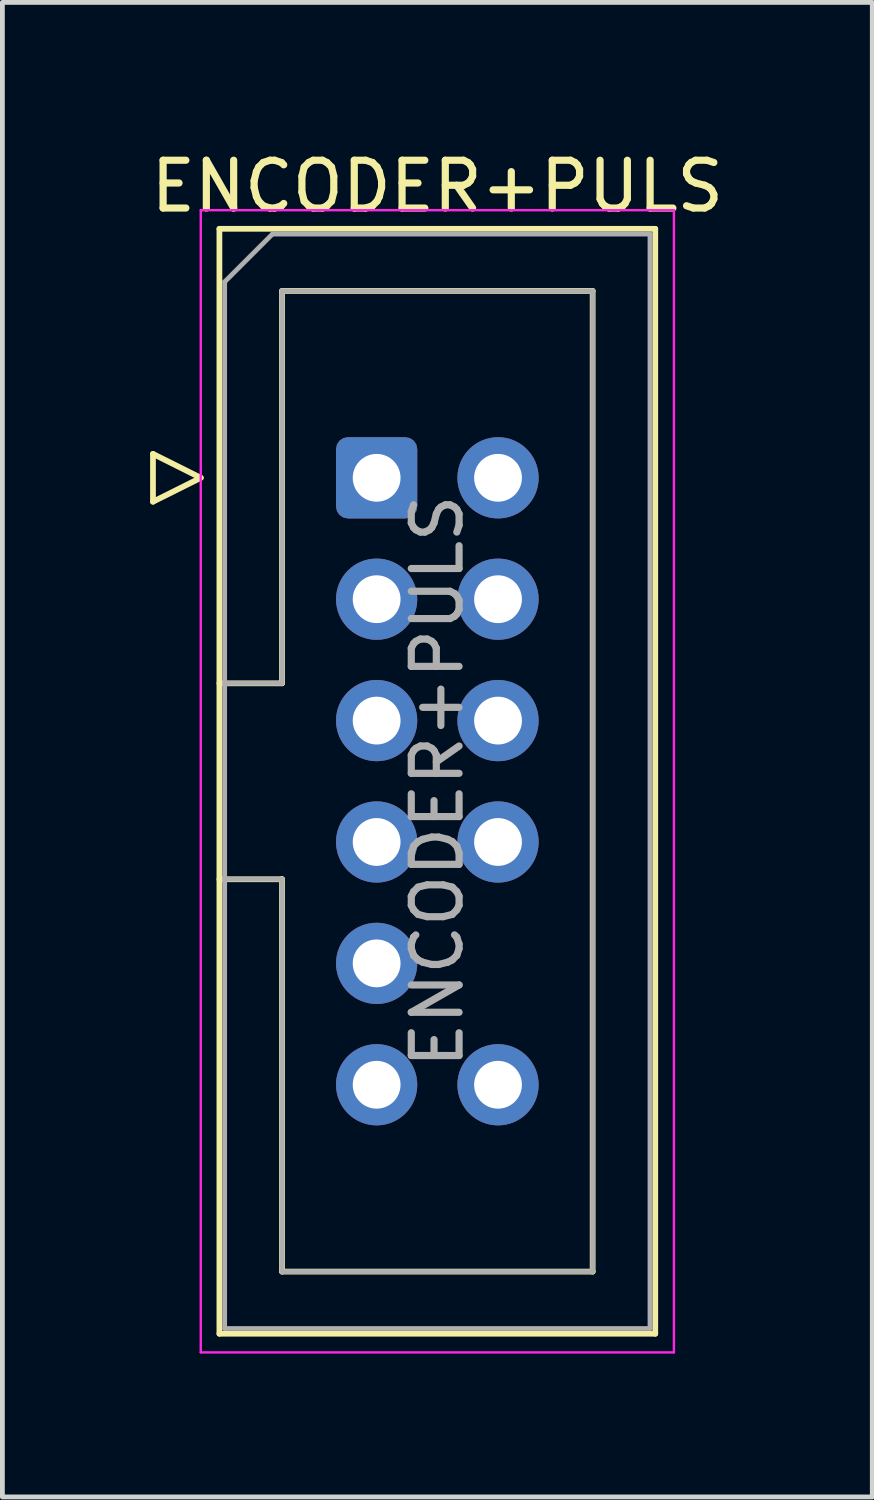
<source format=kicad_pcb>
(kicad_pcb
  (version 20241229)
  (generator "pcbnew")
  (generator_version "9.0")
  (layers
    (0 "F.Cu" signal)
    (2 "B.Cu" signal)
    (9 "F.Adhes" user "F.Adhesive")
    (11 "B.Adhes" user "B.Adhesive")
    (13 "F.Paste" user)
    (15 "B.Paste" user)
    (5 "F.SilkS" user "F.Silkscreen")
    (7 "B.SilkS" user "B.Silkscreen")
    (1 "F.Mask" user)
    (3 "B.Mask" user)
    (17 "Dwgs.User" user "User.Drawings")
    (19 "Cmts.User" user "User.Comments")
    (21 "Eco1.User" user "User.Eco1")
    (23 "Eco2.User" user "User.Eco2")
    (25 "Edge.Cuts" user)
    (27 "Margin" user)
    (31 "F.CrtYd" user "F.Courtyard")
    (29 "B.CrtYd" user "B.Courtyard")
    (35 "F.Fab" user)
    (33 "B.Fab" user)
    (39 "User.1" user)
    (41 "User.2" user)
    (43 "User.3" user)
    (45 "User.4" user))
  (footprint "ENCODER+PULS"
    (layer "F.Cu")
    (at 4.831 6.948)
    (property "Reference" "ENCODER+PULS" (at 1.27 -6.1 0) (layer "F.SilkS") (effects (font (size 1 1) (thickness 0.15))))
    (attr through_hole)
    (fp_line (start -4.68 -0.5) (end -4.68 0.5) (stroke (width 0.12) (type solid)) (layer "F.SilkS"))
    (fp_line (start -4.68 0.5) (end -3.68 0) (stroke (width 0.12) (type solid)) (layer "F.SilkS"))
    (fp_line (start -3.68 0) (end -4.68 -0.5) (stroke (width 0.12) (type solid)) (layer "F.SilkS"))
    (fp_line (start -3.29 -5.21) (end 5.83 -5.21) (stroke (width 0.12) (type solid)) (layer "F.SilkS"))
    (fp_line (start -3.29 4.3) (end -1.98 4.3) (stroke (width 0.12) (type solid)) (layer "F.SilkS"))
    (fp_line (start -3.29 17.91) (end -3.29 -5.21) (stroke (width 0.12) (type solid)) (layer "F.SilkS"))
    (fp_line (start -1.98 -3.91) (end 4.52 -3.91) (stroke (width 0.12) (type solid)) (layer "F.SilkS"))
    (fp_line (start -1.98 4.3) (end -1.98 -3.91) (stroke (width 0.12) (type solid)) (layer "F.SilkS"))
    (fp_line (start -1.98 8.4) (end -3.29 8.4) (stroke (width 0.12) (type solid)) (layer "F.SilkS"))
    (fp_line (start -1.98 8.4) (end -1.98 8.4) (stroke (width 0.12) (type solid)) (layer "F.SilkS"))
    (fp_line (start -1.98 16.61) (end -1.98 8.4) (stroke (width 0.12) (type solid)) (layer "F.SilkS"))
    (fp_line (start 4.52 -3.91) (end 4.52 16.61) (stroke (width 0.12) (type solid)) (layer "F.SilkS"))
    (fp_line (start 4.52 16.61) (end -1.98 16.61) (stroke (width 0.12) (type solid)) (layer "F.SilkS"))
    (fp_line (start 5.83 -5.21) (end 5.83 17.91) (stroke (width 0.12) (type solid)) (layer "F.SilkS"))
    (fp_line (start 5.83 17.91) (end -3.29 17.91) (stroke (width 0.12) (type solid)) (layer "F.SilkS"))
    (fp_line (start -3.68 -5.6) (end -3.68 18.3) (stroke (width 0.05) (type solid)) (layer "F.CrtYd"))
    (fp_line (start -3.68 18.3) (end 6.22 18.3) (stroke (width 0.05) (type solid)) (layer "F.CrtYd"))
    (fp_line (start 6.22 -5.6) (end -3.68 -5.6) (stroke (width 0.05) (type solid)) (layer "F.CrtYd"))
    (fp_line (start 6.22 18.3) (end 6.22 -5.6) (stroke (width 0.05) (type solid)) (layer "F.CrtYd"))
    (fp_line (start -3.18 -4.1) (end -2.18 -5.1) (stroke (width 0.1) (type solid)) (layer "F.Fab"))
    (fp_line (start -3.18 4.3) (end -1.98 4.3) (stroke (width 0.1) (type solid)) (layer "F.Fab"))
    (fp_line (start -3.18 17.8) (end -3.18 -4.1) (stroke (width 0.1) (type solid)) (layer "F.Fab"))
    (fp_line (start -2.18 -5.1) (end 5.72 -5.1) (stroke (width 0.1) (type solid)) (layer "F.Fab"))
    (fp_line (start -1.98 -3.91) (end 4.52 -3.91) (stroke (width 0.1) (type solid)) (layer "F.Fab"))
    (fp_line (start -1.98 4.3) (end -1.98 -3.91) (stroke (width 0.1) (type solid)) (layer "F.Fab"))
    (fp_line (start -1.98 8.4) (end -3.18 8.4) (stroke (width 0.1) (type solid)) (layer "F.Fab"))
    (fp_line (start -1.98 8.4) (end -1.98 8.4) (stroke (width 0.1) (type solid)) (layer "F.Fab"))
    (fp_line (start -1.98 16.61) (end -1.98 8.4) (stroke (width 0.1) (type solid)) (layer "F.Fab"))
    (fp_line (start 4.52 -3.91) (end 4.52 16.61) (stroke (width 0.1) (type solid)) (layer "F.Fab"))
    (fp_line (start 4.52 16.61) (end -1.98 16.61) (stroke (width 0.1) (type solid)) (layer "F.Fab"))
    (fp_line (start 5.72 -5.1) (end 5.72 17.8) (stroke (width 0.1) (type solid)) (layer "F.Fab"))
    (fp_line (start 5.72 17.8) (end -3.18 17.8) (stroke (width 0.1) (type solid)) (layer "F.Fab"))
    (fp_text user "${REFERENCE}" (at 1.27 6.35 90) (layer "F.Fab") (effects (font (size 1 1) (thickness 0.15))))
    (pad "1" thru_hole roundrect (at 0 0) (size 1.7 1.7) (drill 1) (layers "*.Cu" "*.Mask") (roundrect_rratio 0.147))
    (pad "2" thru_hole circle (at 2.54 0) (size 1.7 1.7) (drill 1) (layers "*.Cu" "*.Mask"))
    (pad "3" thru_hole circle (at 0 2.54) (size 1.7 1.7) (drill 1) (layers "*.Cu" "*.Mask"))
    (pad "4" thru_hole circle (at 2.54 2.54) (size 1.7 1.7) (drill 1) (layers "*.Cu" "*.Mask"))
    (pad "5" thru_hole circle (at 0 5.08) (size 1.7 1.7) (drill 1) (layers "*.Cu" "*.Mask"))
    (pad "6" thru_hole circle (at 2.54 5.08) (size 1.7 1.7) (drill 1) (layers "*.Cu" "*.Mask"))
    (pad "7" thru_hole circle (at 0 7.62) (size 1.7 1.7) (drill 1) (layers "*.Cu" "*.Mask"))
    (pad "8" thru_hole circle (at 2.54 7.62) (size 1.7 1.7) (drill 1) (layers "*.Cu" "*.Mask"))
    (pad "9" thru_hole circle (at 0 10.16) (size 1.7 1.7) (drill 1) (layers "*.Cu" "*.Mask"))
    (pad "11" thru_hole circle (at 0 12.7) (size 1.7 1.7) (drill 1) (layers "*.Cu" "*.Mask"))
    (pad "12" thru_hole circle (at 2.54 12.7) (size 1.7 1.7) (drill 1) (layers "*.Cu" "*.Mask")))
  (gr_rect
    (start -3 -3)
    (end 15.202 28.273)
    (stroke (width 0.1) (type default))
    (fill no)
    (layer "Edge.Cuts")))
</source>
